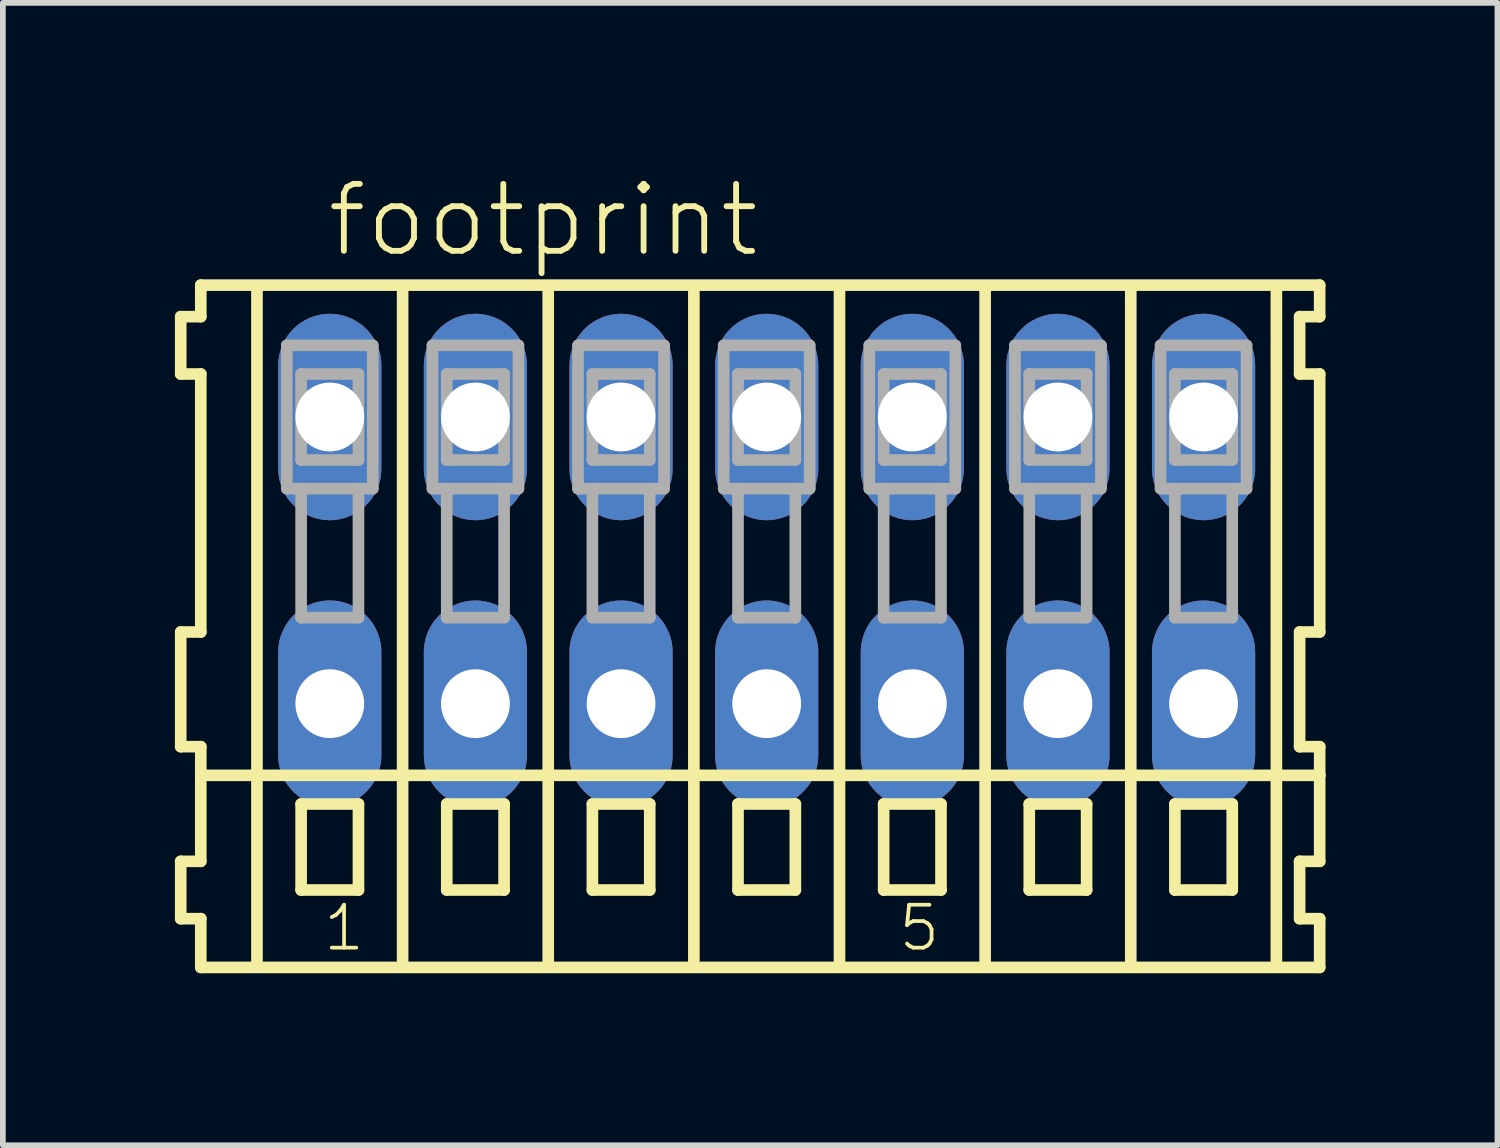
<source format=kicad_pcb>
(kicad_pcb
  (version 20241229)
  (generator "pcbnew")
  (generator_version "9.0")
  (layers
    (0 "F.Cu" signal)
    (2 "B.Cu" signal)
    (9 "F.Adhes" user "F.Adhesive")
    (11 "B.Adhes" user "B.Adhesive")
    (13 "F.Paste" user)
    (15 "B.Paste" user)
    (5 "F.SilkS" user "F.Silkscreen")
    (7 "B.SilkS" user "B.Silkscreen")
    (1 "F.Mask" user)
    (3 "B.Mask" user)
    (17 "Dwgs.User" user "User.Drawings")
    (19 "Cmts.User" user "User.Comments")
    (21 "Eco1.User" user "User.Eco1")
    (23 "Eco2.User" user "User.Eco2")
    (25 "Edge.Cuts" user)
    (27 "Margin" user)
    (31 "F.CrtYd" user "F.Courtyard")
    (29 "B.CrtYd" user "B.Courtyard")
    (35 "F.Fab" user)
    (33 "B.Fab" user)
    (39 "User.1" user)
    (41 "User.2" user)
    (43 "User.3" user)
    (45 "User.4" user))
  (footprint "footprint"
    (layer "F.Cu")
    (at 10.322 6.723)
    (property "Reference" "footprint" (at -7.72 -5.25 0) (layer "F.SilkS") (effects (font (size 1.168 1.168) (thickness 0.102)) (justify left bottom)))
    (fp_line (start -10.22 -4.25) (end -10.22 -3.25) (stroke (width 0.203) (type solid)) (layer "F.SilkS"))
    (fp_line (start -10.22 -3.25) (end -9.87 -3.25) (stroke (width 0.203) (type solid)) (layer "F.SilkS"))
    (fp_line (start -10.22 1.25) (end -10.22 3.25) (stroke (width 0.203) (type solid)) (layer "F.SilkS"))
    (fp_line (start -10.22 3.25) (end -9.87 3.25) (stroke (width 0.203) (type solid)) (layer "F.SilkS"))
    (fp_line (start -10.22 5.25) (end -10.22 6.25) (stroke (width 0.203) (type solid)) (layer "F.SilkS"))
    (fp_line (start -10.22 6.25) (end -9.87 6.25) (stroke (width 0.203) (type solid)) (layer "F.SilkS"))
    (fp_line (start -9.87 -4.8) (end -9.87 -4.25) (stroke (width 0.203) (type solid)) (layer "F.SilkS"))
    (fp_line (start -9.87 -4.25) (end -10.22 -4.25) (stroke (width 0.203) (type solid)) (layer "F.SilkS"))
    (fp_line (start -9.87 -3.25) (end -9.87 1.25) (stroke (width 0.203) (type solid)) (layer "F.SilkS"))
    (fp_line (start -9.87 1.25) (end -10.22 1.25) (stroke (width 0.203) (type solid)) (layer "F.SilkS"))
    (fp_line (start -9.87 3.25) (end -9.87 5.25) (stroke (width 0.203) (type solid)) (layer "F.SilkS"))
    (fp_line (start -9.87 3.75) (end 9.645 3.75) (stroke (width 0.203) (type solid)) (layer "F.SilkS"))
    (fp_line (start -9.87 5.25) (end -10.22 5.25) (stroke (width 0.203) (type solid)) (layer "F.SilkS"))
    (fp_line (start -9.87 6.25) (end -9.87 7.1) (stroke (width 0.203) (type solid)) (layer "F.SilkS"))
    (fp_line (start -9.87 7.1) (end 9.645 7.1) (stroke (width 0.203) (type solid)) (layer "F.SilkS"))
    (fp_line (start -8.89 6.985) (end -8.89 -4.699) (stroke (width 0.203) (type solid)) (layer "F.SilkS"))
    (fp_line (start -8.12 4.25) (end -8.12 5.75) (stroke (width 0.203) (type solid)) (layer "F.SilkS"))
    (fp_line (start -8.12 5.75) (end -7.12 5.75) (stroke (width 0.203) (type solid)) (layer "F.SilkS"))
    (fp_line (start -7.12 4.25) (end -8.12 4.25) (stroke (width 0.203) (type solid)) (layer "F.SilkS"))
    (fp_line (start -7.12 5.75) (end -7.12 4.25) (stroke (width 0.203) (type solid)) (layer "F.SilkS"))
    (fp_line (start -6.35 6.985) (end -6.35 -4.699) (stroke (width 0.203) (type solid)) (layer "F.SilkS"))
    (fp_line (start -5.58 4.25) (end -5.58 5.75) (stroke (width 0.203) (type solid)) (layer "F.SilkS"))
    (fp_line (start -5.58 5.75) (end -4.58 5.75) (stroke (width 0.203) (type solid)) (layer "F.SilkS"))
    (fp_line (start -4.58 4.25) (end -5.58 4.25) (stroke (width 0.203) (type solid)) (layer "F.SilkS"))
    (fp_line (start -4.58 5.75) (end -4.58 4.25) (stroke (width 0.203) (type solid)) (layer "F.SilkS"))
    (fp_line (start -3.81 6.985) (end -3.81 -4.699) (stroke (width 0.203) (type solid)) (layer "F.SilkS"))
    (fp_line (start -3.04 4.25) (end -3.04 5.75) (stroke (width 0.203) (type solid)) (layer "F.SilkS"))
    (fp_line (start -3.04 5.75) (end -2.04 5.75) (stroke (width 0.203) (type solid)) (layer "F.SilkS"))
    (fp_line (start -2.04 4.25) (end -3.04 4.25) (stroke (width 0.203) (type solid)) (layer "F.SilkS"))
    (fp_line (start -2.04 5.75) (end -2.04 4.25) (stroke (width 0.203) (type solid)) (layer "F.SilkS"))
    (fp_line (start -1.27 6.985) (end -1.27 -4.699) (stroke (width 0.203) (type solid)) (layer "F.SilkS"))
    (fp_line (start -0.5 4.25) (end -0.5 5.75) (stroke (width 0.203) (type solid)) (layer "F.SilkS"))
    (fp_line (start -0.5 5.75) (end 0.5 5.75) (stroke (width 0.203) (type solid)) (layer "F.SilkS"))
    (fp_line (start 0.5 4.25) (end -0.5 4.25) (stroke (width 0.203) (type solid)) (layer "F.SilkS"))
    (fp_line (start 0.5 5.75) (end 0.5 4.25) (stroke (width 0.203) (type solid)) (layer "F.SilkS"))
    (fp_line (start 1.27 6.985) (end 1.27 -4.699) (stroke (width 0.203) (type solid)) (layer "F.SilkS"))
    (fp_line (start 2.04 4.25) (end 2.04 5.75) (stroke (width 0.203) (type solid)) (layer "F.SilkS"))
    (fp_line (start 2.04 5.75) (end 3.04 5.75) (stroke (width 0.203) (type solid)) (layer "F.SilkS"))
    (fp_line (start 3.04 4.25) (end 2.04 4.25) (stroke (width 0.203) (type solid)) (layer "F.SilkS"))
    (fp_line (start 3.04 5.75) (end 3.04 4.25) (stroke (width 0.203) (type solid)) (layer "F.SilkS"))
    (fp_line (start 3.81 6.985) (end 3.81 -4.699) (stroke (width 0.203) (type solid)) (layer "F.SilkS"))
    (fp_line (start 4.58 4.25) (end 4.58 5.75) (stroke (width 0.203) (type solid)) (layer "F.SilkS"))
    (fp_line (start 4.58 5.75) (end 5.58 5.75) (stroke (width 0.203) (type solid)) (layer "F.SilkS"))
    (fp_line (start 5.58 4.25) (end 4.58 4.25) (stroke (width 0.203) (type solid)) (layer "F.SilkS"))
    (fp_line (start 5.58 5.75) (end 5.58 4.25) (stroke (width 0.203) (type solid)) (layer "F.SilkS"))
    (fp_line (start 6.35 6.985) (end 6.35 -4.699) (stroke (width 0.203) (type solid)) (layer "F.SilkS"))
    (fp_line (start 7.12 4.25) (end 7.12 5.75) (stroke (width 0.203) (type solid)) (layer "F.SilkS"))
    (fp_line (start 7.12 5.75) (end 8.12 5.75) (stroke (width 0.203) (type solid)) (layer "F.SilkS"))
    (fp_line (start 8.12 4.25) (end 7.12 4.25) (stroke (width 0.203) (type solid)) (layer "F.SilkS"))
    (fp_line (start 8.12 5.75) (end 8.12 4.25) (stroke (width 0.203) (type solid)) (layer "F.SilkS"))
    (fp_line (start 8.89 6.985) (end 8.89 -4.699) (stroke (width 0.203) (type solid)) (layer "F.SilkS"))
    (fp_line (start 9.295 -4.25) (end 9.295 -3.25) (stroke (width 0.203) (type solid)) (layer "F.SilkS"))
    (fp_line (start 9.295 -3.25) (end 9.645 -3.25) (stroke (width 0.203) (type solid)) (layer "F.SilkS"))
    (fp_line (start 9.295 1.25) (end 9.295 3.25) (stroke (width 0.203) (type solid)) (layer "F.SilkS"))
    (fp_line (start 9.295 3.25) (end 9.645 3.25) (stroke (width 0.203) (type solid)) (layer "F.SilkS"))
    (fp_line (start 9.295 5.25) (end 9.295 6.25) (stroke (width 0.203) (type solid)) (layer "F.SilkS"))
    (fp_line (start 9.295 6.25) (end 9.645 6.25) (stroke (width 0.203) (type solid)) (layer "F.SilkS"))
    (fp_line (start 9.645 -4.8) (end -9.87 -4.8) (stroke (width 0.203) (type solid)) (layer "F.SilkS"))
    (fp_line (start 9.645 -4.25) (end 9.295 -4.25) (stroke (width 0.203) (type solid)) (layer "F.SilkS"))
    (fp_line (start 9.645 -4.25) (end 9.645 -4.8) (stroke (width 0.203) (type solid)) (layer "F.SilkS"))
    (fp_line (start 9.645 1.25) (end 9.295 1.25) (stroke (width 0.203) (type solid)) (layer "F.SilkS"))
    (fp_line (start 9.645 1.25) (end 9.645 -3.25) (stroke (width 0.203) (type solid)) (layer "F.SilkS"))
    (fp_line (start 9.645 3.75) (end 9.645 3.25) (stroke (width 0.203) (type solid)) (layer "F.SilkS"))
    (fp_line (start 9.645 5.25) (end 9.295 5.25) (stroke (width 0.203) (type solid)) (layer "F.SilkS"))
    (fp_line (start 9.645 5.25) (end 9.645 3.75) (stroke (width 0.203) (type solid)) (layer "F.SilkS"))
    (fp_line (start 9.645 7.1) (end 9.645 6.25) (stroke (width 0.203) (type solid)) (layer "F.SilkS"))
    (fp_line (start -8.37 -3.75) (end -8.37 -1.25) (stroke (width 0.203) (type solid)) (layer "F.Fab"))
    (fp_line (start -8.37 -1.25) (end -8.12 -1.25) (stroke (width 0.203) (type solid)) (layer "F.Fab"))
    (fp_line (start -8.12 -3.25) (end -8.12 -1.75) (stroke (width 0.203) (type solid)) (layer "F.Fab"))
    (fp_line (start -8.12 -1.75) (end -7.12 -1.75) (stroke (width 0.203) (type solid)) (layer "F.Fab"))
    (fp_line (start -8.12 -1.25) (end -8.12 1) (stroke (width 0.203) (type solid)) (layer "F.Fab"))
    (fp_line (start -8.12 -1.25) (end -7.12 -1.25) (stroke (width 0.203) (type solid)) (layer "F.Fab"))
    (fp_line (start -8.12 1) (end -7.12 1) (stroke (width 0.203) (type solid)) (layer "F.Fab"))
    (fp_line (start -7.12 -3.25) (end -8.12 -3.25) (stroke (width 0.203) (type solid)) (layer "F.Fab"))
    (fp_line (start -7.12 -1.75) (end -7.12 -3.25) (stroke (width 0.203) (type solid)) (layer "F.Fab"))
    (fp_line (start -7.12 -1.25) (end -6.87 -1.25) (stroke (width 0.203) (type solid)) (layer "F.Fab"))
    (fp_line (start -7.12 1) (end -7.12 -1.25) (stroke (width 0.203) (type solid)) (layer "F.Fab"))
    (fp_line (start -6.87 -3.75) (end -8.37 -3.75) (stroke (width 0.203) (type solid)) (layer "F.Fab"))
    (fp_line (start -6.87 -1.25) (end -6.87 -3.75) (stroke (width 0.203) (type solid)) (layer "F.Fab"))
    (fp_line (start -5.83 -3.75) (end -5.83 -1.25) (stroke (width 0.203) (type solid)) (layer "F.Fab"))
    (fp_line (start -5.83 -1.25) (end -5.58 -1.25) (stroke (width 0.203) (type solid)) (layer "F.Fab"))
    (fp_line (start -5.58 -3.25) (end -5.58 -1.75) (stroke (width 0.203) (type solid)) (layer "F.Fab"))
    (fp_line (start -5.58 -1.75) (end -4.58 -1.75) (stroke (width 0.203) (type solid)) (layer "F.Fab"))
    (fp_line (start -5.58 -1.25) (end -5.58 1) (stroke (width 0.203) (type solid)) (layer "F.Fab"))
    (fp_line (start -5.58 -1.25) (end -4.58 -1.25) (stroke (width 0.203) (type solid)) (layer "F.Fab"))
    (fp_line (start -5.58 1) (end -4.58 1) (stroke (width 0.203) (type solid)) (layer "F.Fab"))
    (fp_line (start -4.58 -3.25) (end -5.58 -3.25) (stroke (width 0.203) (type solid)) (layer "F.Fab"))
    (fp_line (start -4.58 -1.75) (end -4.58 -3.25) (stroke (width 0.203) (type solid)) (layer "F.Fab"))
    (fp_line (start -4.58 -1.25) (end -4.33 -1.25) (stroke (width 0.203) (type solid)) (layer "F.Fab"))
    (fp_line (start -4.58 1) (end -4.58 -1.25) (stroke (width 0.203) (type solid)) (layer "F.Fab"))
    (fp_line (start -4.33 -3.75) (end -5.83 -3.75) (stroke (width 0.203) (type solid)) (layer "F.Fab"))
    (fp_line (start -4.33 -1.25) (end -4.33 -3.75) (stroke (width 0.203) (type solid)) (layer "F.Fab"))
    (fp_line (start -3.29 -3.75) (end -3.29 -1.25) (stroke (width 0.203) (type solid)) (layer "F.Fab"))
    (fp_line (start -3.29 -1.25) (end -3.04 -1.25) (stroke (width 0.203) (type solid)) (layer "F.Fab"))
    (fp_line (start -3.04 -3.25) (end -3.04 -1.75) (stroke (width 0.203) (type solid)) (layer "F.Fab"))
    (fp_line (start -3.04 -1.75) (end -2.04 -1.75) (stroke (width 0.203) (type solid)) (layer "F.Fab"))
    (fp_line (start -3.04 -1.25) (end -3.04 1) (stroke (width 0.203) (type solid)) (layer "F.Fab"))
    (fp_line (start -3.04 -1.25) (end -2.04 -1.25) (stroke (width 0.203) (type solid)) (layer "F.Fab"))
    (fp_line (start -3.04 1) (end -2.04 1) (stroke (width 0.203) (type solid)) (layer "F.Fab"))
    (fp_line (start -2.04 -3.25) (end -3.04 -3.25) (stroke (width 0.203) (type solid)) (layer "F.Fab"))
    (fp_line (start -2.04 -1.75) (end -2.04 -3.25) (stroke (width 0.203) (type solid)) (layer "F.Fab"))
    (fp_line (start -2.04 -1.25) (end -1.79 -1.25) (stroke (width 0.203) (type solid)) (layer "F.Fab"))
    (fp_line (start -2.04 1) (end -2.04 -1.25) (stroke (width 0.203) (type solid)) (layer "F.Fab"))
    (fp_line (start -1.79 -3.75) (end -3.29 -3.75) (stroke (width 0.203) (type solid)) (layer "F.Fab"))
    (fp_line (start -1.79 -1.25) (end -1.79 -3.75) (stroke (width 0.203) (type solid)) (layer "F.Fab"))
    (fp_line (start -0.75 -3.75) (end -0.75 -1.25) (stroke (width 0.203) (type solid)) (layer "F.Fab"))
    (fp_line (start -0.75 -1.25) (end -0.5 -1.25) (stroke (width 0.203) (type solid)) (layer "F.Fab"))
    (fp_line (start -0.5 -3.25) (end -0.5 -1.75) (stroke (width 0.203) (type solid)) (layer "F.Fab"))
    (fp_line (start -0.5 -1.75) (end 0.5 -1.75) (stroke (width 0.203) (type solid)) (layer "F.Fab"))
    (fp_line (start -0.5 -1.25) (end -0.5 1) (stroke (width 0.203) (type solid)) (layer "F.Fab"))
    (fp_line (start -0.5 -1.25) (end 0.5 -1.25) (stroke (width 0.203) (type solid)) (layer "F.Fab"))
    (fp_line (start -0.5 1) (end 0.5 1) (stroke (width 0.203) (type solid)) (layer "F.Fab"))
    (fp_line (start 0.5 -3.25) (end -0.5 -3.25) (stroke (width 0.203) (type solid)) (layer "F.Fab"))
    (fp_line (start 0.5 -1.75) (end 0.5 -3.25) (stroke (width 0.203) (type solid)) (layer "F.Fab"))
    (fp_line (start 0.5 -1.25) (end 0.75 -1.25) (stroke (width 0.203) (type solid)) (layer "F.Fab"))
    (fp_line (start 0.5 1) (end 0.5 -1.25) (stroke (width 0.203) (type solid)) (layer "F.Fab"))
    (fp_line (start 0.75 -3.75) (end -0.75 -3.75) (stroke (width 0.203) (type solid)) (layer "F.Fab"))
    (fp_line (start 0.75 -1.25) (end 0.75 -3.75) (stroke (width 0.203) (type solid)) (layer "F.Fab"))
    (fp_line (start 1.79 -3.75) (end 1.79 -1.25) (stroke (width 0.203) (type solid)) (layer "F.Fab"))
    (fp_line (start 1.79 -1.25) (end 2.04 -1.25) (stroke (width 0.203) (type solid)) (layer "F.Fab"))
    (fp_line (start 2.04 -3.25) (end 2.04 -1.75) (stroke (width 0.203) (type solid)) (layer "F.Fab"))
    (fp_line (start 2.04 -1.75) (end 3.04 -1.75) (stroke (width 0.203) (type solid)) (layer "F.Fab"))
    (fp_line (start 2.04 -1.25) (end 2.04 1) (stroke (width 0.203) (type solid)) (layer "F.Fab"))
    (fp_line (start 2.04 -1.25) (end 3.04 -1.25) (stroke (width 0.203) (type solid)) (layer "F.Fab"))
    (fp_line (start 2.04 1) (end 3.04 1) (stroke (width 0.203) (type solid)) (layer "F.Fab"))
    (fp_line (start 3.04 -3.25) (end 2.04 -3.25) (stroke (width 0.203) (type solid)) (layer "F.Fab"))
    (fp_line (start 3.04 -1.75) (end 3.04 -3.25) (stroke (width 0.203) (type solid)) (layer "F.Fab"))
    (fp_line (start 3.04 -1.25) (end 3.29 -1.25) (stroke (width 0.203) (type solid)) (layer "F.Fab"))
    (fp_line (start 3.04 1) (end 3.04 -1.25) (stroke (width 0.203) (type solid)) (layer "F.Fab"))
    (fp_line (start 3.29 -3.75) (end 1.79 -3.75) (stroke (width 0.203) (type solid)) (layer "F.Fab"))
    (fp_line (start 3.29 -1.25) (end 3.29 -3.75) (stroke (width 0.203) (type solid)) (layer "F.Fab"))
    (fp_line (start 4.33 -3.75) (end 4.33 -1.25) (stroke (width 0.203) (type solid)) (layer "F.Fab"))
    (fp_line (start 4.33 -1.25) (end 4.58 -1.25) (stroke (width 0.203) (type solid)) (layer "F.Fab"))
    (fp_line (start 4.58 -3.25) (end 4.58 -1.75) (stroke (width 0.203) (type solid)) (layer "F.Fab"))
    (fp_line (start 4.58 -1.75) (end 5.58 -1.75) (stroke (width 0.203) (type solid)) (layer "F.Fab"))
    (fp_line (start 4.58 -1.25) (end 4.58 1) (stroke (width 0.203) (type solid)) (layer "F.Fab"))
    (fp_line (start 4.58 -1.25) (end 5.58 -1.25) (stroke (width 0.203) (type solid)) (layer "F.Fab"))
    (fp_line (start 4.58 1) (end 5.58 1) (stroke (width 0.203) (type solid)) (layer "F.Fab"))
    (fp_line (start 5.58 -3.25) (end 4.58 -3.25) (stroke (width 0.203) (type solid)) (layer "F.Fab"))
    (fp_line (start 5.58 -1.75) (end 5.58 -3.25) (stroke (width 0.203) (type solid)) (layer "F.Fab"))
    (fp_line (start 5.58 -1.25) (end 5.83 -1.25) (stroke (width 0.203) (type solid)) (layer "F.Fab"))
    (fp_line (start 5.58 1) (end 5.58 -1.25) (stroke (width 0.203) (type solid)) (layer "F.Fab"))
    (fp_line (start 5.83 -3.75) (end 4.33 -3.75) (stroke (width 0.203) (type solid)) (layer "F.Fab"))
    (fp_line (start 5.83 -1.25) (end 5.83 -3.75) (stroke (width 0.203) (type solid)) (layer "F.Fab"))
    (fp_line (start 6.87 -3.75) (end 6.87 -1.25) (stroke (width 0.203) (type solid)) (layer "F.Fab"))
    (fp_line (start 6.87 -1.25) (end 7.12 -1.25) (stroke (width 0.203) (type solid)) (layer "F.Fab"))
    (fp_line (start 7.12 -3.25) (end 7.12 -1.75) (stroke (width 0.203) (type solid)) (layer "F.Fab"))
    (fp_line (start 7.12 -1.75) (end 8.12 -1.75) (stroke (width 0.203) (type solid)) (layer "F.Fab"))
    (fp_line (start 7.12 -1.25) (end 7.12 1) (stroke (width 0.203) (type solid)) (layer "F.Fab"))
    (fp_line (start 7.12 -1.25) (end 8.12 -1.25) (stroke (width 0.203) (type solid)) (layer "F.Fab"))
    (fp_line (start 7.12 1) (end 8.12 1) (stroke (width 0.203) (type solid)) (layer "F.Fab"))
    (fp_line (start 8.12 -3.25) (end 7.12 -3.25) (stroke (width 0.203) (type solid)) (layer "F.Fab"))
    (fp_line (start 8.12 -1.75) (end 8.12 -3.25) (stroke (width 0.203) (type solid)) (layer "F.Fab"))
    (fp_line (start 8.12 -1.25) (end 8.37 -1.25) (stroke (width 0.203) (type solid)) (layer "F.Fab"))
    (fp_line (start 8.12 1) (end 8.12 -1.25) (stroke (width 0.203) (type solid)) (layer "F.Fab"))
    (fp_line (start 8.37 -3.75) (end 6.87 -3.75) (stroke (width 0.203) (type solid)) (layer "F.Fab"))
    (fp_line (start 8.37 -1.25) (end 8.37 -3.75) (stroke (width 0.203) (type solid)) (layer "F.Fab"))
    (fp_text user "1" (at -7.77 6.85 0) (layer "F.SilkS") (effects (font (size 0.748 0.748) (thickness 0.065)) (justify left bottom)))
    (fp_text user "5" (at 2.263 6.85 0) (layer "F.SilkS") (effects (font (size 0.748 0.748) (thickness 0.065)) (justify left bottom)))
    (pad "A1" thru_hole oval (at -7.62 -2.5 90) (size 3.6 1.8) (drill 1.2) (layers "*.Cu" "*.Mask"))
    (pad "A2" thru_hole oval (at -5.08 -2.5 90) (size 3.6 1.8) (drill 1.2) (layers "*.Cu" "*.Mask"))
    (pad "A3" thru_hole oval (at -2.54 -2.5 90) (size 3.6 1.8) (drill 1.2) (layers "*.Cu" "*.Mask"))
    (pad "A4" thru_hole oval (at 0 -2.5 90) (size 3.6 1.8) (drill 1.2) (layers "*.Cu" "*.Mask"))
    (pad "A5" thru_hole oval (at 2.54 -2.5 90) (size 3.6 1.8) (drill 1.2) (layers "*.Cu" "*.Mask"))
    (pad "A6" thru_hole oval (at 5.08 -2.5 90) (size 3.6 1.8) (drill 1.2) (layers "*.Cu" "*.Mask"))
    (pad "A7" thru_hole oval (at 7.62 -2.5 90) (size 3.6 1.8) (drill 1.2) (layers "*.Cu" "*.Mask"))
    (pad "B1" thru_hole oval (at -7.62 2.5 90) (size 3.6 1.8) (drill 1.2) (layers "*.Cu" "*.Mask"))
    (pad "B2" thru_hole oval (at -5.08 2.5 90) (size 3.6 1.8) (drill 1.2) (layers "*.Cu" "*.Mask"))
    (pad "B3" thru_hole oval (at -2.54 2.5 90) (size 3.6 1.8) (drill 1.2) (layers "*.Cu" "*.Mask"))
    (pad "B4" thru_hole oval (at 0 2.5 90) (size 3.6 1.8) (drill 1.2) (layers "*.Cu" "*.Mask"))
    (pad "B5" thru_hole oval (at 2.54 2.5 90) (size 3.6 1.8) (drill 1.2) (layers "*.Cu" "*.Mask"))
    (pad "B6" thru_hole oval (at 5.08 2.5 90) (size 3.6 1.8) (drill 1.2) (layers "*.Cu" "*.Mask"))
    (pad "B7" thru_hole oval (at 7.62 2.5 90) (size 3.6 1.8) (drill 1.2) (layers "*.Cu" "*.Mask")))
  (gr_rect
    (start -3 -3)
    (end 23.068 16.925)
    (stroke (width 0.1) (type default))
    (fill no)
    (layer "Edge.Cuts")))
</source>
